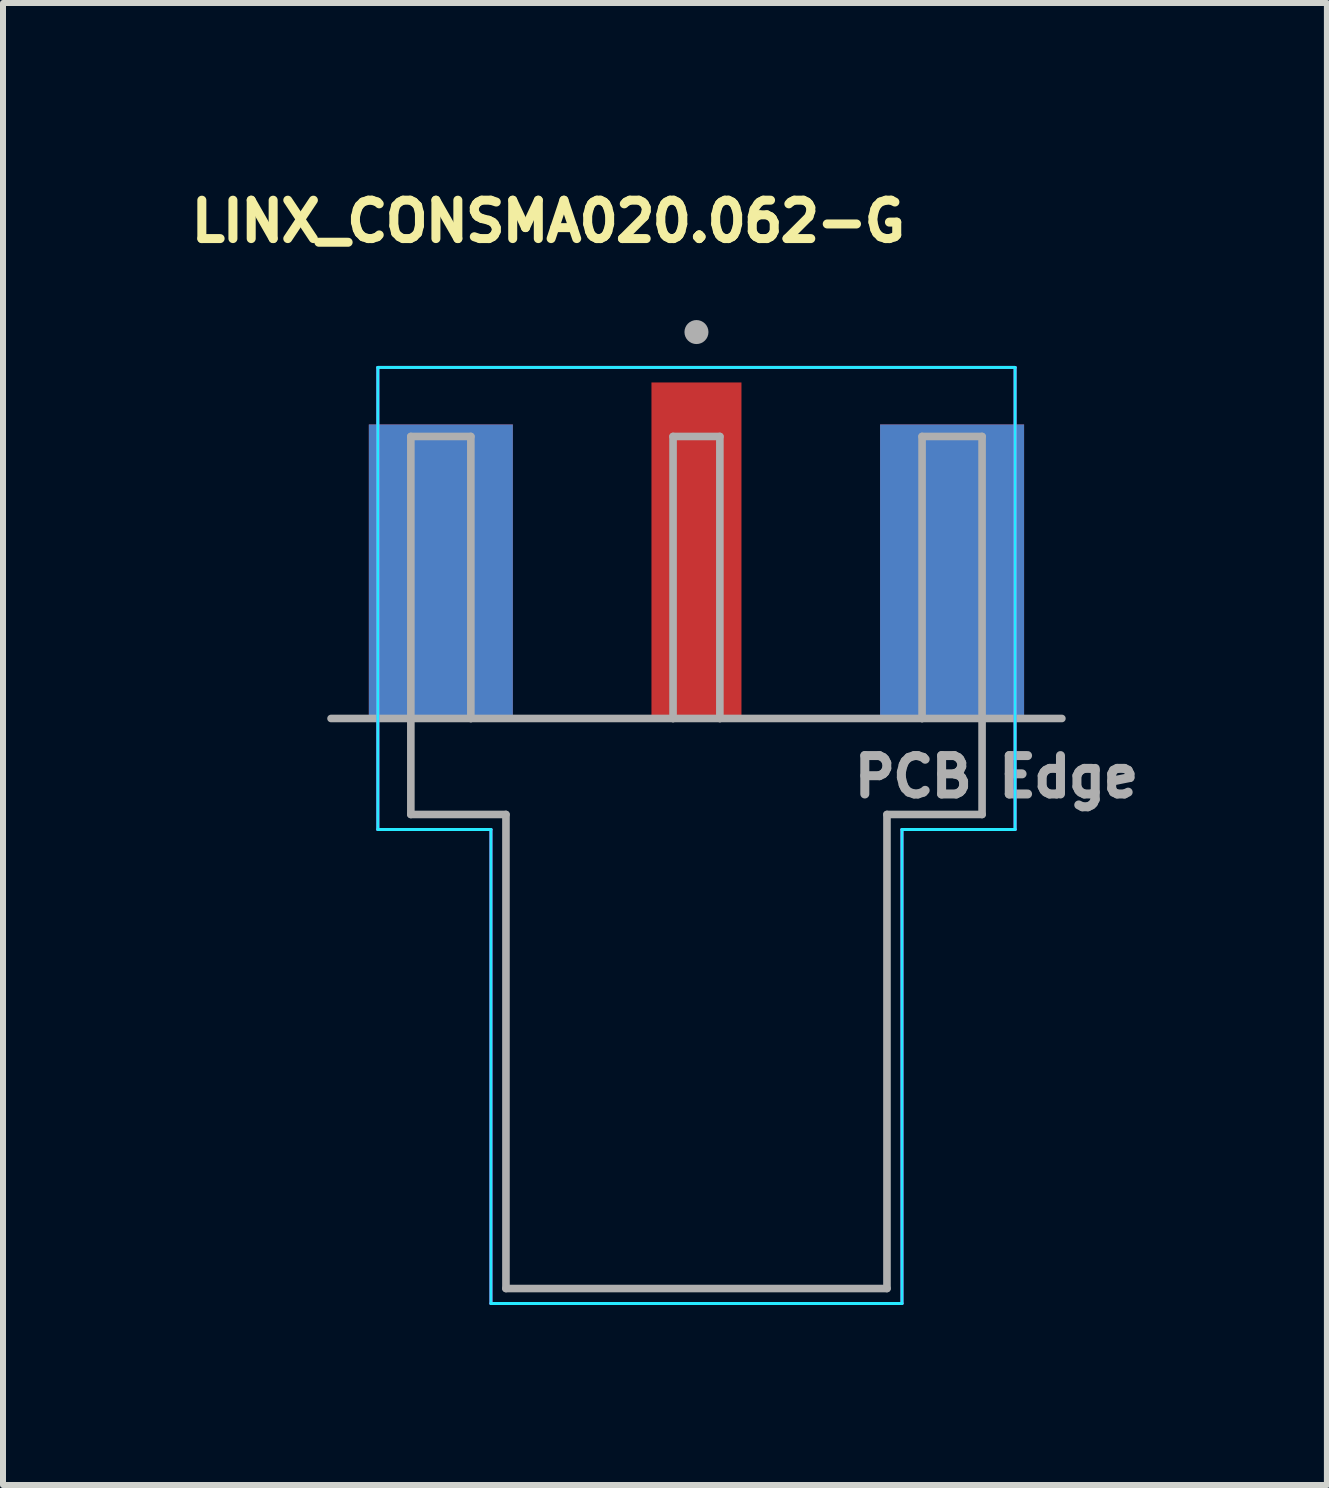
<source format=kicad_pcb>
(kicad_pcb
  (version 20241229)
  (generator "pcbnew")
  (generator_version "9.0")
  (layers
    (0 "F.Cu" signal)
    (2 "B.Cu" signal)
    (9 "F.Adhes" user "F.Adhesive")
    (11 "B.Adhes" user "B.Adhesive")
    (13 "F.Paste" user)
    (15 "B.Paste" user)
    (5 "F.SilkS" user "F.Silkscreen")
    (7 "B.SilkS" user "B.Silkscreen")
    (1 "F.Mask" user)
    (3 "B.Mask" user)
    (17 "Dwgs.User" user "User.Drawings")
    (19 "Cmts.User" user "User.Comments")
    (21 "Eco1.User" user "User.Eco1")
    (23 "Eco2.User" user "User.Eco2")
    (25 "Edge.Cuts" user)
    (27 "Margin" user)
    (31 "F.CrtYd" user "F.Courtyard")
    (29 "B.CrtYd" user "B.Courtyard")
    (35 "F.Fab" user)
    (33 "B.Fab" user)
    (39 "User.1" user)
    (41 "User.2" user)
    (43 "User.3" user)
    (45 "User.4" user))
  (footprint "LINX_CONSMA020.062-G"
    (layer "F.Cu")
    (at 8.557 8.924)
    (property "Reference" "LINX_CONSMA020.062-G" (at -2.468 -8.286 0) (layer "F.SilkS") (effects (font (size 0.64 0.64) (thickness 0.15))))
    (fp_line (start -5.31 -5.85) (end -5.31 1.85) (stroke (width 0.05) (type solid)) (layer "B.CrtYd"))
    (fp_line (start -5.31 1.85) (end -3.425 1.85) (stroke (width 0.05) (type solid)) (layer "B.CrtYd"))
    (fp_line (start -3.425 1.85) (end -3.425 9.75) (stroke (width 0.05) (type solid)) (layer "B.CrtYd"))
    (fp_line (start -3.425 9.75) (end 3.425 9.75) (stroke (width 0.05) (type solid)) (layer "B.CrtYd"))
    (fp_line (start 3.425 1.85) (end 3.425 9.75) (stroke (width 0.05) (type solid)) (layer "B.CrtYd"))
    (fp_line (start 5.31 -5.85) (end -5.31 -5.85) (stroke (width 0.05) (type solid)) (layer "B.CrtYd"))
    (fp_line (start 5.31 1.85) (end 3.425 1.85) (stroke (width 0.05) (type solid)) (layer "B.CrtYd"))
    (fp_line (start 5.31 1.85) (end 5.31 -5.85) (stroke (width 0.05) (type solid)) (layer "B.CrtYd"))
    (fp_line (start -5.31 -5.85) (end -5.31 1.85) (stroke (width 0.05) (type solid)) (layer "F.CrtYd"))
    (fp_line (start -5.31 1.85) (end -3.425 1.85) (stroke (width 0.05) (type solid)) (layer "F.CrtYd"))
    (fp_line (start -3.425 1.85) (end -3.425 9.75) (stroke (width 0.05) (type solid)) (layer "F.CrtYd"))
    (fp_line (start -3.425 9.75) (end 3.425 9.75) (stroke (width 0.05) (type solid)) (layer "F.CrtYd"))
    (fp_line (start 3.425 1.85) (end 3.425 9.75) (stroke (width 0.05) (type solid)) (layer "F.CrtYd"))
    (fp_line (start 5.31 -5.85) (end -5.31 -5.85) (stroke (width 0.05) (type solid)) (layer "F.CrtYd"))
    (fp_line (start 5.31 1.85) (end 3.425 1.85) (stroke (width 0.05) (type solid)) (layer "F.CrtYd"))
    (fp_line (start 5.31 1.85) (end 5.31 -5.85) (stroke (width 0.05) (type solid)) (layer "F.CrtYd"))
    (fp_line (start -6.09 0) (end -4.76 0) (stroke (width 0.127) (type solid)) (layer "F.Fab"))
    (fp_line (start -4.76 -4.7) (end -4.76 0) (stroke (width 0.127) (type solid)) (layer "F.Fab"))
    (fp_line (start -4.76 0) (end -3.76 0) (stroke (width 0.127) (type solid)) (layer "F.Fab"))
    (fp_line (start -4.76 1.6) (end -4.76 0) (stroke (width 0.127) (type solid)) (layer "F.Fab"))
    (fp_line (start -3.76 -4.7) (end -4.76 -4.7) (stroke (width 0.127) (type solid)) (layer "F.Fab"))
    (fp_line (start -3.76 0) (end -3.76 -4.7) (stroke (width 0.127) (type solid)) (layer "F.Fab"))
    (fp_line (start -3.76 0) (end -0.39 0) (stroke (width 0.127) (type solid)) (layer "F.Fab"))
    (fp_line (start -3.175 1.6) (end -4.76 1.6) (stroke (width 0.127) (type solid)) (layer "F.Fab"))
    (fp_line (start -3.175 1.6) (end -3.175 9.5) (stroke (width 0.127) (type solid)) (layer "F.Fab"))
    (fp_line (start -3.175 9.5) (end 3.175 9.5) (stroke (width 0.127) (type solid)) (layer "F.Fab"))
    (fp_line (start -0.39 -4.7) (end 0.39 -4.7) (stroke (width 0.127) (type solid)) (layer "F.Fab"))
    (fp_line (start -0.39 0) (end -0.39 -4.7) (stroke (width 0.127) (type solid)) (layer "F.Fab"))
    (fp_line (start -0.39 0) (end 0.39 0) (stroke (width 0.127) (type solid)) (layer "F.Fab"))
    (fp_line (start 0.39 -4.7) (end 0.39 0) (stroke (width 0.127) (type solid)) (layer "F.Fab"))
    (fp_line (start 0.39 0) (end 3.76 0) (stroke (width 0.127) (type solid)) (layer "F.Fab"))
    (fp_line (start 3.175 9.5) (end 3.175 1.6) (stroke (width 0.127) (type solid)) (layer "F.Fab"))
    (fp_line (start 3.76 -4.7) (end 4.76 -4.7) (stroke (width 0.127) (type solid)) (layer "F.Fab"))
    (fp_line (start 3.76 0) (end 3.76 -4.7) (stroke (width 0.127) (type solid)) (layer "F.Fab"))
    (fp_line (start 3.76 0) (end 4.76 0) (stroke (width 0.127) (type solid)) (layer "F.Fab"))
    (fp_line (start 4.76 -4.7) (end 4.76 0) (stroke (width 0.127) (type solid)) (layer "F.Fab"))
    (fp_line (start 4.76 0) (end 4.76 1.6) (stroke (width 0.127) (type solid)) (layer "F.Fab"))
    (fp_line (start 4.76 0) (end 6.09 0) (stroke (width 0.127) (type solid)) (layer "F.Fab"))
    (fp_line (start 4.76 1.6) (end 3.175 1.6) (stroke (width 0.127) (type solid)) (layer "F.Fab"))
    (fp_circle (center 0 -6.44) (end 0.1 -6.44) (stroke (width 0.2) (type solid)) (fill no) (layer "F.Fab"))
    (fp_text user "PCB Edge" (at 5 0.97 0) (layer "F.Fab") (effects (font (size 0.64 0.64) (thickness 0.15))))
    (pad "1" smd rect (at 0 -2.8) (size 1.5 5.6) (layers "F.Cu" "F.Mask"))
    (pad "2" smd rect (at -4.26 -2.45) (size 2.4 4.9) (layers "F.Cu" "F.Mask"))
    (pad "2" smd rect (at -4.26 -2.45) (size 2.4 4.9) (layers "B.Cu" "B.Mask"))
    (pad "2" smd rect (at 4.26 -2.45) (size 2.4 4.9) (layers "F.Cu" "F.Mask"))
    (pad "2" smd rect (at 4.26 -2.45) (size 2.4 4.9) (layers "B.Cu" "B.Mask")))
  (gr_rect
    (start -3 -3)
    (end 19.064 21.699)
    (stroke (width 0.1) (type default))
    (fill no)
    (layer "Edge.Cuts")))
</source>
